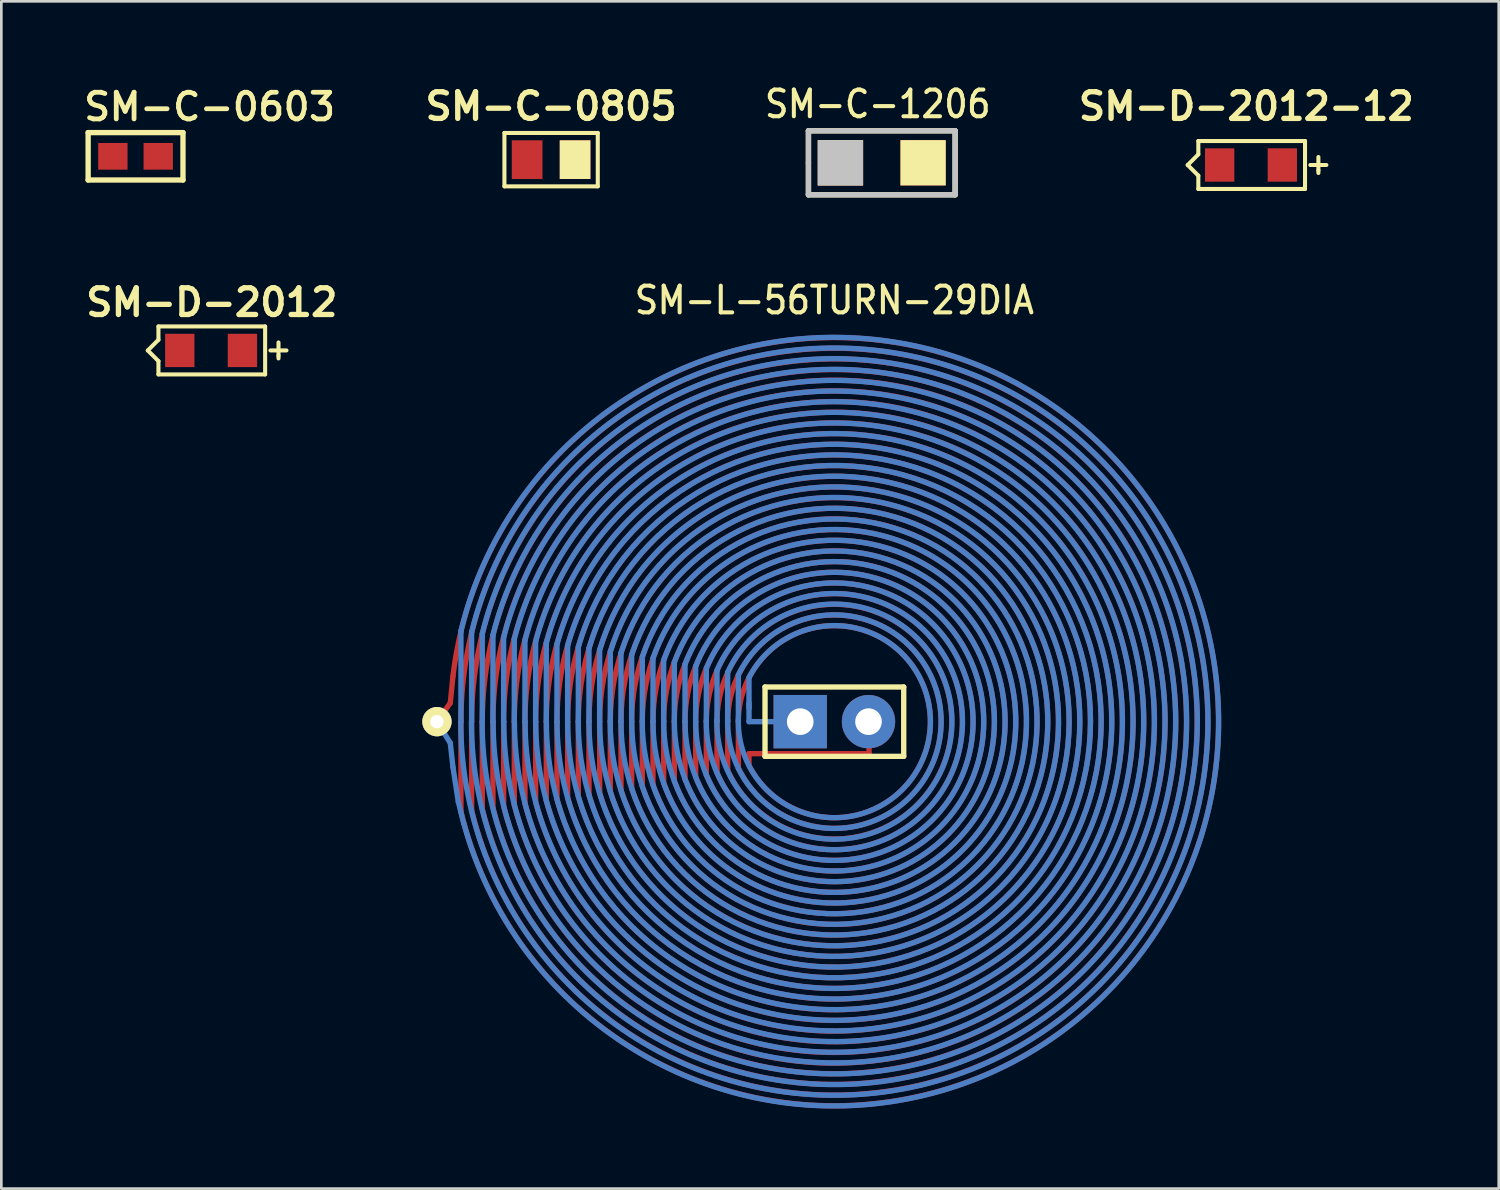
<source format=kicad_pcb>
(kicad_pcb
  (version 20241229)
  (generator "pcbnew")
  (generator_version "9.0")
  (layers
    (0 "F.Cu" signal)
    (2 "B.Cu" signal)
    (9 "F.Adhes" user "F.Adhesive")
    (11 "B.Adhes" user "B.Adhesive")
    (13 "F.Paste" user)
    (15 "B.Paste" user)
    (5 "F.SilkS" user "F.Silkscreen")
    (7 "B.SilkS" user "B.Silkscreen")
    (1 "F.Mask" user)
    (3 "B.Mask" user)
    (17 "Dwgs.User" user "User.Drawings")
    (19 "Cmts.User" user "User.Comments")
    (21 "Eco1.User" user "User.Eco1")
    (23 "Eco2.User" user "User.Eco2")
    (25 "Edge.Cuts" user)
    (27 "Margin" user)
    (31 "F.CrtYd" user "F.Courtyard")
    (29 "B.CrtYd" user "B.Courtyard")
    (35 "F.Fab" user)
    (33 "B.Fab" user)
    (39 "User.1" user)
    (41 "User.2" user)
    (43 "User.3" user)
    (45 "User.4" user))
  (footprint "SM-C-0603"
    (layer "F.Cu")
    (at 2.032 2.81)
    (property "Reference" "SM-C-0603" (at -2.032 -1.27 0) (layer "F.SilkS") (effects (font (size 1 1) (thickness 0.18)) (justify left bottom)))
    (attr through_hole)
    (fp_line (start -1.778 -0.889) (end 1.778 -0.889) (stroke (width 0.2) (type solid)) (layer "F.SilkS"))
    (fp_line (start -1.778 0.889) (end -1.778 -0.889) (stroke (width 0.2) (type solid)) (layer "F.SilkS"))
    (fp_line (start 1.778 -0.889) (end 1.778 0.889) (stroke (width 0.2) (type solid)) (layer "F.SilkS"))
    (fp_line (start 1.778 0.889) (end -1.778 0.889) (stroke (width 0.2) (type solid)) (layer "F.SilkS"))
    (pad "1" smd rect (at -0.85 0) (size 1.1 1) (layers "F.Cu" "F.Mask" "F.Paste"))
    (pad "2" smd rect (at 0.85 0) (size 1.1 1) (layers "F.Cu" "F.Mask" "F.Paste")))
  (footprint "SM-D-2012-12"
    (layer "F.Cu")
    (at 42.676 3.136)
    (property "Reference" "SM-D-2012-12" (at 1 -2.2 0) (layer "F.SilkS") (effects (font (size 1 1) (thickness 0.2))))
    (attr smd)
    (fp_line (start -1.199 0) (end -0.8 0.399) (stroke (width 0.152) (type solid)) (layer "F.SilkS"))
    (fp_line (start -0.8 -0.899) (end 3.2 -0.899) (stroke (width 0.152) (type solid)) (layer "F.SilkS"))
    (fp_line (start -0.8 -0.399) (end -1.199 0) (stroke (width 0.152) (type solid)) (layer "F.SilkS"))
    (fp_line (start -0.8 -0.399) (end -0.8 -0.899) (stroke (width 0.152) (type solid)) (layer "F.SilkS"))
    (fp_line (start -0.8 0.899) (end -0.8 0.399) (stroke (width 0.152) (type solid)) (layer "F.SilkS"))
    (fp_line (start 3.2 -0.899) (end 3.2 0.899) (stroke (width 0.152) (type solid)) (layer "F.SilkS"))
    (fp_line (start 3.2 0.899) (end -0.8 0.899) (stroke (width 0.152) (type solid)) (layer "F.SilkS"))
    (fp_line (start 3.399 0) (end 4 0) (stroke (width 0.152) (type solid)) (layer "F.SilkS"))
    (fp_line (start 3.701 -0.3) (end 3.701 0.201) (stroke (width 0.152) (type solid)) (layer "F.SilkS"))
    (fp_line (start 3.701 0.201) (end 3.701 0.3) (stroke (width 0.152) (type solid)) (layer "F.SilkS"))
    (pad "1" smd rect (at 2.349 0) (size 1.1 1.25) (layers "F.Cu" "F.Mask" "F.Paste"))
    (pad "2" smd rect (at 0 0) (size 1.1 1.25) (layers "F.Cu" "F.Mask" "F.Paste")))
  (footprint "SM-C-0805"
    (layer "F.Cu")
    (at 17.611 2.935)
    (property "Reference" "SM-C-0805" (at 0 -1.999 0) (layer "F.SilkS") (effects (font (size 1 1) (thickness 0.2))))
    (attr smd)
    (fp_line (start -1.75 -1.001) (end -1.75 1.001) (stroke (width 0.152) (type solid)) (layer "F.SilkS"))
    (fp_line (start -1.75 1.001) (end 1.75 1.001) (stroke (width 0.152) (type solid)) (layer "F.SilkS"))
    (fp_line (start 1.75 -1.001) (end -1.75 -1.001) (stroke (width 0.152) (type solid)) (layer "F.SilkS"))
    (fp_line (start 1.75 1.001) (end 1.75 -1.001) (stroke (width 0.152) (type solid)) (layer "F.SilkS"))
    (pad "1" smd rect (at -0.899 0) (size 1.151 1.45) (layers "F.Cu" "F.Mask" "F.Paste"))
    (pad "2" smd rect (at 0.899 0) (size 1.151 1.45) (layers "F.Cu" "F.Mask" "F.SilkS")))
  (footprint "SM-C-1206"
    (layer "F.Cu")
    (at 28.458 3.053)
    (property "Reference" "SM-C-1206" (at 1.4 -2.2 0) (layer "F.SilkS") (effects (font (size 1.001 0.899) (thickness 0.152))))
    (attr smd)
    (fp_line (start -1.199 -1.199) (end 4.3 -1.199) (stroke (width 0.201) (type solid)) (layer "F.SilkS"))
    (fp_line (start -1.199 0) (end -1.199 -1.199) (stroke (width 0.201) (type solid)) (layer "F.SilkS"))
    (fp_line (start -1.199 1.199) (end -1.199 0) (stroke (width 0.201) (type solid)) (layer "F.SilkS"))
    (fp_line (start 4.3 -1.199) (end 4.3 1.199) (stroke (width 0.201) (type solid)) (layer "F.SilkS"))
    (fp_line (start 4.3 1.199) (end -1.199 1.199) (stroke (width 0.201) (type solid)) (layer "F.SilkS"))
    (fp_line (start -1.199 -1.199) (end 4.3 -1.199) (stroke (width 0.201) (type solid)) (layer "Dwgs.User"))
    (fp_line (start -1.199 1.199) (end -1.199 -1.199) (stroke (width 0.201) (type solid)) (layer "Dwgs.User"))
    (fp_line (start 4.3 -1.199) (end 4.3 1.199) (stroke (width 0.201) (type solid)) (layer "Dwgs.User"))
    (fp_line (start 4.3 1.199) (end -1.199 1.199) (stroke (width 0.201) (type solid)) (layer "Dwgs.User"))
    (pad "1" smd rect (at 0 0) (size 1.699 1.699) (layers "F.Cu" "F.Mask" "F.SilkS" "F.Paste" "Dwgs.User"))
    (pad "2" smd rect (at 3.099 0) (size 1.699 1.699) (layers "F.Cu" "F.Mask" "F.SilkS" "F.Paste")))
  (footprint "SM-D-2012"
    (layer "F.Cu")
    (at 3.69 10.088)
    (property "Reference" "SM-D-2012" (at 1.2 -1.8 0) (layer "F.SilkS") (effects (font (size 1 1) (thickness 0.2))))
    (attr smd)
    (fp_line (start -1.199 0) (end -0.8 0.399) (stroke (width 0.152) (type solid)) (layer "F.SilkS"))
    (fp_line (start -0.8 -0.899) (end 3.2 -0.899) (stroke (width 0.152) (type solid)) (layer "F.SilkS"))
    (fp_line (start -0.8 -0.399) (end -1.199 0) (stroke (width 0.152) (type solid)) (layer "F.SilkS"))
    (fp_line (start -0.8 -0.399) (end -0.8 -0.899) (stroke (width 0.152) (type solid)) (layer "F.SilkS"))
    (fp_line (start -0.8 0.899) (end -0.8 0.399) (stroke (width 0.152) (type solid)) (layer "F.SilkS"))
    (fp_line (start 3.2 -0.899) (end 3.2 0.899) (stroke (width 0.152) (type solid)) (layer "F.SilkS"))
    (fp_line (start 3.2 0.899) (end -0.8 0.899) (stroke (width 0.152) (type solid)) (layer "F.SilkS"))
    (fp_line (start 3.399 0) (end 4 0) (stroke (width 0.152) (type solid)) (layer "F.SilkS"))
    (fp_line (start 3.701 -0.3) (end 3.701 0.201) (stroke (width 0.152) (type solid)) (layer "F.SilkS"))
    (fp_line (start 3.701 0.201) (end 3.701 0.3) (stroke (width 0.152) (type solid)) (layer "F.SilkS"))
    (pad "A" smd rect (at 2.349 0) (size 1.1 1.25) (layers "F.Cu" "F.Mask" "F.Paste"))
    (pad "C" smd rect (at 0 0) (size 1.1 1.25) (layers "F.Cu" "F.Mask" "F.Paste")))
  (footprint "SM-L-56TURN-29DIA"
    (layer "F.Cu")
    (at 28.231 24.005)
    (property "Reference" "SM-L-56TURN-29DIA" (at 0 -15.8 0) (layer "F.SilkS") (effects (font (size 1.001 0.899) (thickness 0.152))))
    (attr smd)
    (fp_line (start -14.9 0) (end -14.4 -0.7) (stroke (width 0.2) (type solid)) (layer "F.Cu"))
    (fp_line (start -14.4 -0.7) (end -14.3 -1.7) (stroke (width 0.2) (type solid)) (layer "F.Cu"))
    (fp_line (start -14 0) (end -14 3.35) (stroke (width 0.2) (type solid)) (layer "F.Cu"))
    (fp_line (start -13.6 0) (end -13.6 3.3) (stroke (width 0.2) (type solid)) (layer "F.Cu"))
    (fp_line (start -13.2 0) (end -13.2 3.25) (stroke (width 0.2) (type solid)) (layer "F.Cu"))
    (fp_line (start -12.8 0) (end -12.8 3.2) (stroke (width 0.2) (type solid)) (layer "F.Cu"))
    (fp_line (start -12.4 0) (end -12.4 3.15) (stroke (width 0.2) (type solid)) (layer "F.Cu"))
    (fp_line (start -12 0) (end -12 3.12) (stroke (width 0.2) (type solid)) (layer "F.Cu"))
    (fp_line (start -11.6 0) (end -11.6 3.05) (stroke (width 0.2) (type solid)) (layer "F.Cu"))
    (fp_line (start -11.2 0) (end -11.2 3) (stroke (width 0.2) (type solid)) (layer "F.Cu"))
    (fp_line (start -10.8 2.95) (end -10.8 0) (stroke (width 0.2) (type solid)) (layer "F.Cu"))
    (fp_line (start -10.4 0) (end -10.4 2.9) (stroke (width 0.2) (type solid)) (layer "F.Cu"))
    (fp_line (start -10 0) (end -10 2.85) (stroke (width 0.2) (type solid)) (layer "F.Cu"))
    (fp_line (start -9.6 0) (end -9.6 2.8) (stroke (width 0.2) (type solid)) (layer "F.Cu"))
    (fp_line (start -9.2 0) (end -9.2 2.75) (stroke (width 0.2) (type solid)) (layer "F.Cu"))
    (fp_line (start -8.8 2.65) (end -8.8 0) (stroke (width 0.2) (type solid)) (layer "F.Cu"))
    (fp_line (start -8.4 0) (end -8.4 2.6) (stroke (width 0.2) (type solid)) (layer "F.Cu"))
    (fp_line (start -8 0) (end -8 2.55) (stroke (width 0.2) (type solid)) (layer "F.Cu"))
    (fp_line (start -7.6 0) (end -7.6 2.5) (stroke (width 0.2) (type solid)) (layer "F.Cu"))
    (fp_line (start -7.2 0) (end -7.2 2.4) (stroke (width 0.2) (type solid)) (layer "F.Cu"))
    (fp_line (start -6.8 0) (end -6.8 2.35) (stroke (width 0.2) (type solid)) (layer "F.Cu"))
    (fp_line (start -6.4 0) (end -6.4 2.3) (stroke (width 0.2) (type solid)) (layer "F.Cu"))
    (fp_line (start -6 0) (end -6 2.2) (stroke (width 0.2) (type solid)) (layer "F.Cu"))
    (fp_line (start -5.6 0) (end -5.6 2.15) (stroke (width 0.2) (type solid)) (layer "F.Cu"))
    (fp_line (start -5.2 0) (end -5.2 2.05) (stroke (width 0.2) (type solid)) (layer "F.Cu"))
    (fp_line (start -4.8 0) (end -4.8 2) (stroke (width 0.2) (type solid)) (layer "F.Cu"))
    (fp_line (start -4.4 0) (end -4.4 1.9) (stroke (width 0.2) (type solid)) (layer "F.Cu"))
    (fp_line (start -4 0) (end -4 1.8) (stroke (width 0.2) (type solid)) (layer "F.Cu"))
    (fp_line (start -3.6 0) (end -3.6 1.75) (stroke (width 0.2) (type solid)) (layer "F.Cu"))
    (fp_line (start -3.2 1.6) (end -3.2 1.2) (stroke (width 0.2) (type solid)) (layer "F.Cu"))
    (fp_line (start 1.3 0) (end 1.3 1.2) (stroke (width 0.2) (type solid)) (layer "F.Cu"))
    (fp_line (start 1.3 1.2) (end -3.2 1.2) (stroke (width 0.2) (type solid)) (layer "F.Cu"))
    (fp_arc (start -14.3 -1.7) (mid 14.375786 -0.846635) (end -14.001602 3.366769) (stroke (width 0.2) (type solid)) (layer "F.Cu"))
    (fp_arc (start -14 0) (mid 13.900065 -1.669786) (end -13.601688 3.315734) (stroke (width 0.2) (type solid)) (layer "F.Cu"))
    (fp_arc (start -13.6 0) (mid 13.500069 -1.645643) (end -13.201744 3.267101) (stroke (width 0.2) (type solid)) (layer "F.Cu"))
    (fp_arc (start -13.2 0) (mid 13.098782 -1.631539) (end -12.796679 3.238057) (stroke (width 0.2) (type solid)) (layer "F.Cu"))
    (fp_arc (start -12.8 0) (mid 12.699068 -1.604266) (end -12.397864 3.183231) (stroke (width 0.2) (type solid)) (layer "F.Cu"))
    (fp_arc (start -12.4 0) (mid 12.299491 -1.575601) (end -11.999594 3.12566) (stroke (width 0.2) (type solid)) (layer "F.Cu"))
    (fp_arc (start -12 0) (mid 11.898701 -1.555932) (end -11.596513 3.085594) (stroke (width 0.2) (type solid)) (layer "F.Cu"))
    (fp_arc (start -11.6 0) (mid 11.499435 -1.524139) (end -11.199483 3.021852) (stroke (width 0.2) (type solid)) (layer "F.Cu"))
    (fp_arc (start -11.2 0) (mid 11.100317 -1.490959) (end -10.803043 2.955378) (stroke (width 0.2) (type solid)) (layer "F.Cu"))
    (fp_arc (start -10.8 0) (mid 10.700077 -1.465728) (end -10.402156 2.904334) (stroke (width 0.2) (type solid)) (layer "F.Cu"))
    (fp_arc (start -10.4 0) (mid 10.300047 -1.438412) (end -10.00211 2.849176) (stroke (width 0.2) (type solid)) (layer "F.Cu"))
    (fp_arc (start -10 0) (mid 9.899003 -1.417651) (end -9.598053 2.806667) (stroke (width 0.2) (type solid)) (layer "F.Cu"))
    (fp_arc (start -9.6 0) (mid 9.499448 -1.385819) (end -9.199897 2.742608) (stroke (width 0.2) (type solid)) (layer "F.Cu"))
    (fp_arc (start -9.2 0) (mid 9.100129 -1.351906) (end -8.802685 2.67446) (stroke (width 0.2) (type solid)) (layer "F.Cu"))
    (fp_arc (start -8.8 0) (mid 8.699904 -1.323504) (end -8.401895 2.616899) (stroke (width 0.2) (type solid)) (layer "F.Cu"))
    (fp_arc (start -8.4 0) (mid 8.299994 -1.292325) (end -8.002356 2.553878) (stroke (width 0.2) (type solid)) (layer "F.Cu"))
    (fp_arc (start -8 0) (mid 7.900412 -1.25837) (end -7.604126 2.485411) (stroke (width 0.2) (type solid)) (layer "F.Cu"))
    (fp_arc (start -7.6 0) (mid 7.501172 -1.221643) (end -7.20726 2.411515) (stroke (width 0.2) (type solid)) (layer "F.Cu"))
    (fp_arc (start -7.2 0) (mid 7.100217 -1.194539) (end -6.803632 2.355969) (stroke (width 0.2) (type solid)) (layer "F.Cu"))
    (fp_arc (start -6.8 0) (mid 6.699761 -1.163272) (end -6.402 2.292248) (stroke (width 0.2) (type solid)) (layer "F.Cu"))
    (fp_arc (start -6.4 0) (mid 6.299839 -1.127845) (end -6.002489 2.220388) (stroke (width 0.2) (type solid)) (layer "F.Cu"))
    (fp_arc (start -6 0) (mid 5.900481 -1.088264) (end -5.605227 2.140428) (stroke (width 0.2) (type solid)) (layer "F.Cu"))
    (fp_arc (start -5.6 0) (mid 5.499891 -1.054135) (end -5.203142 2.070582) (stroke (width 0.2) (type solid)) (layer "F.Cu"))
    (fp_arc (start -5.2 0) (mid 5.100083 -1.01447) (end -4.804174 1.989954) (stroke (width 0.2) (type solid)) (layer "F.Cu"))
    (fp_arc (start -4.8 0) (mid 4.699418 -0.977481) (end -4.401888 1.913996) (stroke (width 0.2) (type solid)) (layer "F.Cu"))
    (fp_arc (start -4.4 0) (mid 4.298181 -0.941085) (end -3.997436 1.838615) (stroke (width 0.2) (type solid)) (layer "F.Cu"))
    (fp_arc (start -4 0) (mid 3.898264 -0.896403) (end -3.598231 1.747207) (stroke (width 0.2) (type solid)) (layer "F.Cu"))
    (fp_arc (start -3.6 0) (mid 3.49906 -0.846512) (end -3.201899 1.645553) (stroke (width 0.2) (type solid)) (layer "F.Cu"))
    (fp_line (start -14.9 0) (end -14.4 0.8) (stroke (width 0.2) (type solid)) (layer "B.Cu"))
    (fp_line (start -14.3 1.7) (end -14.4 0.8) (stroke (width 0.2) (type solid)) (layer "B.Cu"))
    (fp_line (start -14.1 3) (end -14.3 1.7) (stroke (width 0.2) (type solid)) (layer "B.Cu"))
    (fp_line (start -14 0) (end -14 -3.4) (stroke (width 0.2) (type solid)) (layer "B.Cu"))
    (fp_line (start -13.9 3.8) (end -14.1 3) (stroke (width 0.2) (type solid)) (layer "B.Cu"))
    (fp_line (start -13.6 0) (end -13.6 -3.35) (stroke (width 0.2) (type solid)) (layer "B.Cu"))
    (fp_line (start -13.2 0) (end -13.2 -3.3) (stroke (width 0.2) (type solid)) (layer "B.Cu"))
    (fp_line (start -12.8 0) (end -12.8 -3.25) (stroke (width 0.2) (type solid)) (layer "B.Cu"))
    (fp_line (start -12.4 0) (end -12.4 -3.15) (stroke (width 0.2) (type solid)) (layer "B.Cu"))
    (fp_line (start -12 0) (end -12 -3.1) (stroke (width 0.2) (type solid)) (layer "B.Cu"))
    (fp_line (start -11.6 0) (end -11.6 -3.05) (stroke (width 0.2) (type solid)) (layer "B.Cu"))
    (fp_line (start -11.2 0) (end -11.2 -3) (stroke (width 0.2) (type solid)) (layer "B.Cu"))
    (fp_line (start -10.8 0) (end -10.8 -2.95) (stroke (width 0.2) (type solid)) (layer "B.Cu"))
    (fp_line (start -10.4 0) (end -10.4 -2.9) (stroke (width 0.2) (type solid)) (layer "B.Cu"))
    (fp_line (start -10 0) (end -10 -2.85) (stroke (width 0.2) (type solid)) (layer "B.Cu"))
    (fp_line (start -9.6 0) (end -9.6 -2.8) (stroke (width 0.2) (type solid)) (layer "B.Cu"))
    (fp_line (start -9.2 0) (end -9.2 -2.75) (stroke (width 0.2) (type solid)) (layer "B.Cu"))
    (fp_line (start -8.8 0) (end -8.8 -2.7) (stroke (width 0.2) (type solid)) (layer "B.Cu"))
    (fp_line (start -8.4 0) (end -8.4 -2.625) (stroke (width 0.2) (type solid)) (layer "B.Cu"))
    (fp_line (start -8 0) (end -8 -2.575) (stroke (width 0.2) (type solid)) (layer "B.Cu"))
    (fp_line (start -7.6 -0.025) (end -7.6 -2.5) (stroke (width 0.2) (type solid)) (layer "B.Cu"))
    (fp_line (start -7.2 0) (end -7.2 -2.425) (stroke (width 0.2) (type solid)) (layer "B.Cu"))
    (fp_line (start -6.8 0) (end -6.8 -2.375) (stroke (width 0.2) (type solid)) (layer "B.Cu"))
    (fp_line (start -6.4 0) (end -6.4 -2.3) (stroke (width 0.2) (type solid)) (layer "B.Cu"))
    (fp_line (start -6 0) (end -6 -2.225) (stroke (width 0.2) (type solid)) (layer "B.Cu"))
    (fp_line (start -5.6 0) (end -5.6 -2.15) (stroke (width 0.2) (type solid)) (layer "B.Cu"))
    (fp_line (start -5.2 0) (end -5.2 -2.075) (stroke (width 0.2) (type solid)) (layer "B.Cu"))
    (fp_line (start -4.8 0) (end -4.8 -2) (stroke (width 0.2) (type solid)) (layer "B.Cu"))
    (fp_line (start -4.4 0) (end -4.4 -1.92) (stroke (width 0.2) (type solid)) (layer "B.Cu"))
    (fp_line (start -4 0) (end -4 -1.85) (stroke (width 0.2) (type solid)) (layer "B.Cu"))
    (fp_line (start -3.6 0) (end -3.6 -1.75) (stroke (width 0.2) (type solid)) (layer "B.Cu"))
    (fp_line (start -3.2 -0.5) (end -3.2 -1.65) (stroke (width 0.2) (type solid)) (layer "B.Cu"))
    (fp_line (start -3.2 0) (end -3.2 -0.7) (stroke (width 0.2) (type solid)) (layer "B.Cu"))
    (fp_line (start -1.3 0) (end -3.2 0) (stroke (width 0.2) (type solid)) (layer "B.Cu"))
    (fp_arc (start -14 -3.4) (mid 14.405359 -0.213618) (end -13.893029 3.813628) (stroke (width 0.2) (type solid)) (layer "B.Cu"))
    (fp_arc (start -13.6 -3.35) (mid 13.905429 1.679742) (end -14.006508 0.015201) (stroke (width 0.2) (type solid)) (layer "B.Cu"))
    (fp_arc (start -13.2 -3.3) (mid 13.505227 1.654942) (end -13.60624 0.015141) (stroke (width 0.2) (type solid)) (layer "B.Cu"))
    (fp_arc (start -12.8 -3.25) (mid 13.104982 1.631544) (end -13.206148 0.012286) (stroke (width 0.2) (type solid)) (layer "B.Cu"))
    (fp_arc (start -12.4 -3.15) (mid 12.695646 1.582109) (end -12.793842 0.010388) (stroke (width 0.2) (type solid)) (layer "B.Cu"))
    (fp_arc (start -12 -3.1) (mid 12.295276 1.560828) (end -12.39395 0.003302) (stroke (width 0.2) (type solid)) (layer "B.Cu"))
    (fp_arc (start -11.6 -3.05) (mid 11.896212 1.530568) (end -11.994261 0.014359) (stroke (width 0.2) (type solid)) (layer "B.Cu"))
    (fp_arc (start -11.2 -3) (mid 11.495761 1.512441) (end -11.594826 0.000996) (stroke (width 0.2) (type solid)) (layer "B.Cu"))
    (fp_arc (start -10.8 -2.95) (mid 11.096585 1.486034) (end -11.195646 0.004385) (stroke (width 0.2) (type solid)) (layer "B.Cu"))
    (fp_arc (start -10.4 -2.9) (mid 10.697353 1.461727) (end -10.796758 0.003595) (stroke (width 0.2) (type solid)) (layer "B.Cu"))
    (fp_arc (start -10 -2.85) (mid 10.299324 1.430533) (end -10.398183 0.016778) (stroke (width 0.2) (type solid)) (layer "B.Cu"))
    (fp_arc (start -9.6 -2.8) (mid 9.901213 1.402136) (end -9.99997 0.024399) (stroke (width 0.2) (type solid)) (layer "B.Cu"))
    (fp_arc (start -9.2 -2.75) (mid 9.501829 1.384827) (end -9.602208 0.009705) (stroke (width 0.2) (type solid)) (layer "B.Cu"))
    (fp_arc (start -8.797 -2.7) (mid 9.10065 1.362122) (end -9.20202 0.006032) (stroke (width 0.2) (type solid)) (layer "B.Cu"))
    (fp_arc (start -8.4 -2.625) (mid 8.699249 1.331798) (end -8.8006 -0.008298) (stroke (width 0.2) (type solid)) (layer "B.Cu"))
    (fp_arc (start -8 -2.575) (mid 8.300915 1.313558) (end -8.404177 -0.020839) (stroke (width 0.2) (type solid)) (layer "B.Cu"))
    (fp_arc (start -7.6 -2.5) (mid 7.89974 1.266533) (end -8.000625 -0.001185) (stroke (width 0.2) (type solid)) (layer "B.Cu"))
    (fp_arc (start -7.2 -2.425) (mid 7.49725 1.229577) (end -7.597409 -0.001831) (stroke (width 0.2) (type solid)) (layer "B.Cu"))
    (fp_arc (start -6.8 -2.375) (mid 7.100849 1.207713) (end -7.202818 -0.006601) (stroke (width 0.2) (type solid)) (layer "B.Cu"))
    (fp_arc (start -6.4 -2.3) (mid 6.699117 1.171252) (end -6.800731 -0.007973) (stroke (width 0.2) (type solid)) (layer "B.Cu"))
    (fp_arc (start -6 -2.225) (mid 6.295214 1.149308) (end -6.399151 -0.038695) (stroke (width 0.2) (type solid)) (layer "B.Cu"))
    (fp_arc (start -5.6 -2.15) (mid 5.897077 1.098626) (end -5.998532 -0.010807) (stroke (width 0.2) (type solid)) (layer "B.Cu"))
    (fp_arc (start -5.2 -2.075) (mid 5.498558 1.054268) (end -5.598715 0.004505) (stroke (width 0.2) (type solid)) (layer "B.Cu"))
    (fp_arc (start -4.8 -2) (mid 5.099731 1.016238) (end -5.199995 0.007273) (stroke (width 0.2) (type solid)) (layer "B.Cu"))
    (fp_arc (start -4.4 -1.925) (mid 4.697206 1.000939) (end -4.802534 -0.035991) (stroke (width 0.2) (type solid)) (layer "B.Cu"))
    (fp_arc (start -4 -1.85) (mid 4.298927 0.970425) (end -4.406838 -0.04773) (stroke (width 0.2) (type solid)) (layer "B.Cu"))
    (fp_arc (start -3.6 -1.75) (mid 3.893435 0.929335) (end -4.00229 -0.064613) (stroke (width 0.2) (type solid)) (layer "B.Cu"))
    (fp_arc (start -3.2 -1.65) (mid 3.489153 0.887867) (end -3.599453 -0.080223) (stroke (width 0.2) (type solid)) (layer "B.Cu"))
    (fp_line (start -2.6 -1.3) (end 2.6 -1.3) (stroke (width 0.2) (type solid)) (layer "F.SilkS"))
    (fp_line (start -2.6 1.3) (end -2.6 -1.3) (stroke (width 0.2) (type solid)) (layer "F.SilkS"))
    (fp_line (start 2.6 -1.3) (end 2.6 1.3) (stroke (width 0.2) (type solid)) (layer "F.SilkS"))
    (fp_line (start 2.6 1.3) (end -2.6 1.3) (stroke (width 0.2) (type solid)) (layer "F.SilkS"))
    (pad "1" thru_hole rect (at -1.28 0) (size 2 2) (drill 1) (layers "*.Cu" "*.Mask"))
    (pad "2" thru_hole circle (at 1.28 0) (size 2 2) (drill 1) (layers "*.Cu" "*.Mask"))
    (pad "3" thru_hole circle (at -14.9 0) (size 1.1 1.1) (drill 0.5) (layers "*.Cu" "*.Mask" "F.SilkS")))
  (gr_rect
    (start -3 -3)
    (end 53.138 41.512)
    (stroke (width 0.1) (type default))
    (fill no)
    (layer "Edge.Cuts")))
</source>
